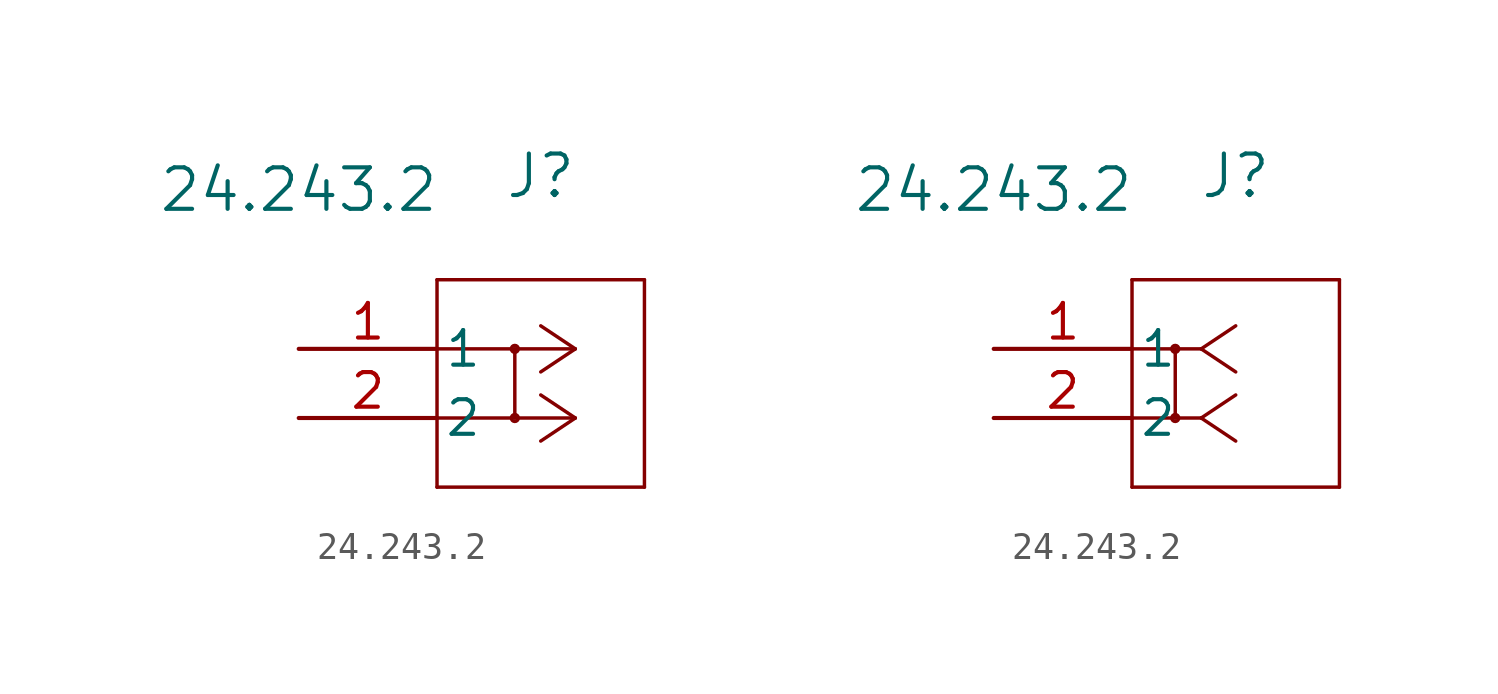
<source format=kicad_sym>
(kicad_symbol_lib
  (version 20231120)
  (generator "kicad_symbol_editor")
  (generator_version "8.0")
  (symbol "24.243.2"
    (pin_names
      (offset 0.254))
    (property "Reference" "J"
      (at 8.89 6.35 0)
      (effects (font (size 1.524 1.524))))
    (property "Value" "24.243.2"
      (at 0 5.842 0)
      (effects (font (size 1.524 1.524))))
    (property "ki_locked" ""
      (at 0 0 0)
      (effects (font (size 1.27 1.27))))
    (symbol "24.243.2_1_1"
      (polyline (pts (xy 5.08 -5.08) (xy 12.7 -5.08)) (stroke (width 0.127) (type default)) (fill (type none)))
      (polyline (pts (xy 5.08 2.54) (xy 5.08 -5.08)) (stroke (width 0.127) (type default)) (fill (type none)))
      (polyline (pts (xy 7.938 0) (xy 7.938 -2.54)) (stroke (width 0.127) (type default)) (fill (type none)))
      (polyline (pts (xy 10.16 -2.54) (xy 5.08 -2.54)) (stroke (width 0.127) (type default)) (fill (type none)))
      (polyline (pts (xy 10.16 -2.54) (xy 8.89 -3.387)) (stroke (width 0.127) (type default)) (fill (type none)))
      (polyline (pts (xy 10.16 -2.54) (xy 8.89 -1.693)) (stroke (width 0.127) (type default)) (fill (type none)))
      (polyline (pts (xy 10.16 0) (xy 5.08 0)) (stroke (width 0.127) (type default)) (fill (type none)))
      (polyline (pts (xy 10.16 0) (xy 8.89 -0.847)) (stroke (width 0.127) (type default)) (fill (type none)))
      (polyline (pts (xy 10.16 0) (xy 8.89 0.847)) (stroke (width 0.127) (type default)) (fill (type none)))
      (polyline (pts (xy 12.7 -5.08) (xy 12.7 2.54)) (stroke (width 0.127) (type default)) (fill (type none)))
      (polyline (pts (xy 12.7 2.54) (xy 5.08 2.54)) (stroke (width 0.127) (type default)) (fill (type none)))
      (circle (center 7.938 -2.54) (radius 0.127) (stroke (width 0.127) (type default)) (fill (type none)))
      (circle (center 7.938 0) (radius 0.127) (stroke (width 0.127) (type default)) (fill (type none)))
      (pin unspecified line (at 0 0 0) (length 5.08) (name "1" (effects (font (size 1.27 1.27)))) (number "1" (effects (font (size 1.27 1.27)))))
      (pin unspecified line (at 0 -2.54 0) (length 5.08) (name "2" (effects (font (size 1.27 1.27)))) (number "2" (effects (font (size 1.27 1.27))))))
    (symbol "24.243.2_1_2"
      (polyline (pts (xy 5.08 -5.08) (xy 12.7 -5.08)) (stroke (width 0.127) (type default)) (fill (type none)))
      (polyline (pts (xy 5.08 2.54) (xy 5.08 -5.08)) (stroke (width 0.127) (type default)) (fill (type none)))
      (polyline (pts (xy 6.668 0) (xy 6.668 -2.54)) (stroke (width 0.127) (type default)) (fill (type none)))
      (polyline (pts (xy 7.62 -2.54) (xy 5.08 -2.54)) (stroke (width 0.127) (type default)) (fill (type none)))
      (polyline (pts (xy 7.62 -2.54) (xy 8.89 -3.387)) (stroke (width 0.127) (type default)) (fill (type none)))
      (polyline (pts (xy 7.62 -2.54) (xy 8.89 -1.693)) (stroke (width 0.127) (type default)) (fill (type none)))
      (polyline (pts (xy 7.62 0) (xy 5.08 0)) (stroke (width 0.127) (type default)) (fill (type none)))
      (polyline (pts (xy 7.62 0) (xy 8.89 -0.847)) (stroke (width 0.127) (type default)) (fill (type none)))
      (polyline (pts (xy 7.62 0) (xy 8.89 0.847)) (stroke (width 0.127) (type default)) (fill (type none)))
      (polyline (pts (xy 12.7 -5.08) (xy 12.7 2.54)) (stroke (width 0.127) (type default)) (fill (type none)))
      (polyline (pts (xy 12.7 2.54) (xy 5.08 2.54)) (stroke (width 0.127) (type default)) (fill (type none)))
      (circle (center 6.668 -2.54) (radius 0.127) (stroke (width 0.127) (type default)) (fill (type none)))
      (circle (center 6.668 0) (radius 0.127) (stroke (width 0.127) (type default)) (fill (type none)))
      (pin unspecified line (at 0 0 0) (length 5.08) (name "1" (effects (font (size 1.27 1.27)))) (number "1" (effects (font (size 1.27 1.27)))))
      (pin unspecified line (at 0 -2.54 0) (length 5.08) (name "2" (effects (font (size 1.27 1.27)))) (number "2" (effects (font (size 1.27 1.27))))))))
</source>
